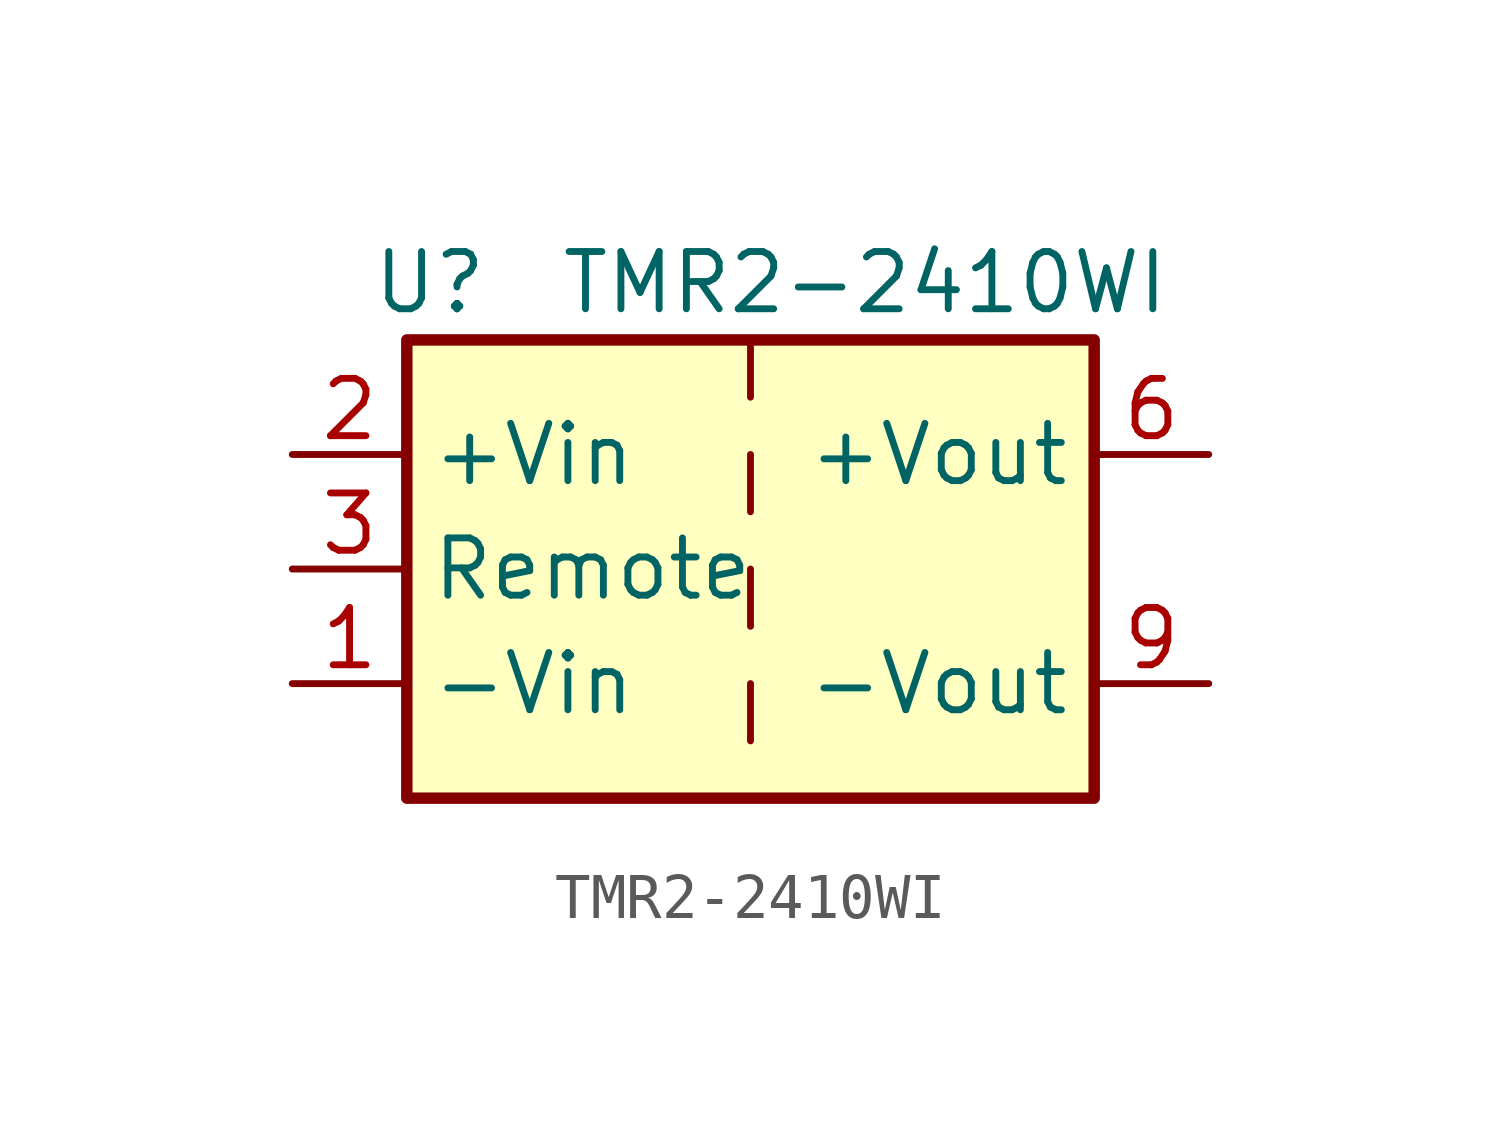
<source format=kicad_sym>
(kicad_symbol_lib
  (version 20241209)
  (generator "kicad_symbol_editor")
  (generator_version "9.0")
  (symbol "TMR2-2410WI"
    (property "Reference" "U"
      (at -7.112 6.35 0)
      (effects (font (size 1.27 1.27))))
    (property "Value" "TMR2-2410WI"
      (at 2.54 6.35 0)
      (effects (font (size 1.27 1.27))))
    (symbol "TMR2-2410WI_0_0"
      (pin power_in line (at -10.16 2.54 0) (length 2.54) (name "+Vin" (effects (font (size 1.27 1.27)))) (number "2" (effects (font (size 1.27 1.27)))))
      (pin power_in line (at -10.16 -2.54 0) (length 2.54) (name "-Vin" (effects (font (size 1.27 1.27)))) (number "1" (effects (font (size 1.27 1.27)))))
      (pin no_connect line (at 1.27 -5.08 90) (length 2.54) (hide yes) (name "NC" (effects (font (size 1.27 1.27)))) (number "8" (effects (font (size 1.27 1.27)))))
      (pin power_out line (at 10.16 2.54 180) (length 2.54) (name "+Vout" (effects (font (size 1.27 1.27)))) (number "6" (effects (font (size 1.27 1.27))))))
    (symbol "TMR2-2410WI_0_1"
      (rectangle (start -7.62 5.08) (end 7.62 -5.08) (stroke (width 0.254) (type default)) (fill (type background)))
      (polyline (pts (xy 0 5.08) (xy 0 3.81)) (stroke (width 0) (type default)) (fill (type none)))
      (polyline (pts (xy 0 2.54) (xy 0 1.27)) (stroke (width 0) (type default)) (fill (type none)))
      (polyline (pts (xy 0 0) (xy 0 -1.27)) (stroke (width 0) (type default)) (fill (type none)))
      (polyline (pts (xy 0 -2.54) (xy 0 -3.81)) (stroke (width 0) (type default)) (fill (type none))))
    (symbol "TMR2-2410WI_1_0"
      (pin input line (at -10.16 0 0) (length 2.54) (name "Remote" (effects (font (size 1.27 1.27)))) (number "3" (effects (font (size 1.27 1.27)))))
      (pin no_connect line (at -1.27 -5.08 90) (length 2.54) (hide yes) (name "NC" (effects (font (size 1.27 1.27)))) (number "7" (effects (font (size 1.27 1.27)))))
      (pin power_out line (at 10.16 -2.54 180) (length 2.54) (name "-Vout" (effects (font (size 1.27 1.27)))) (number "9" (effects (font (size 1.27 1.27))))))))
</source>
